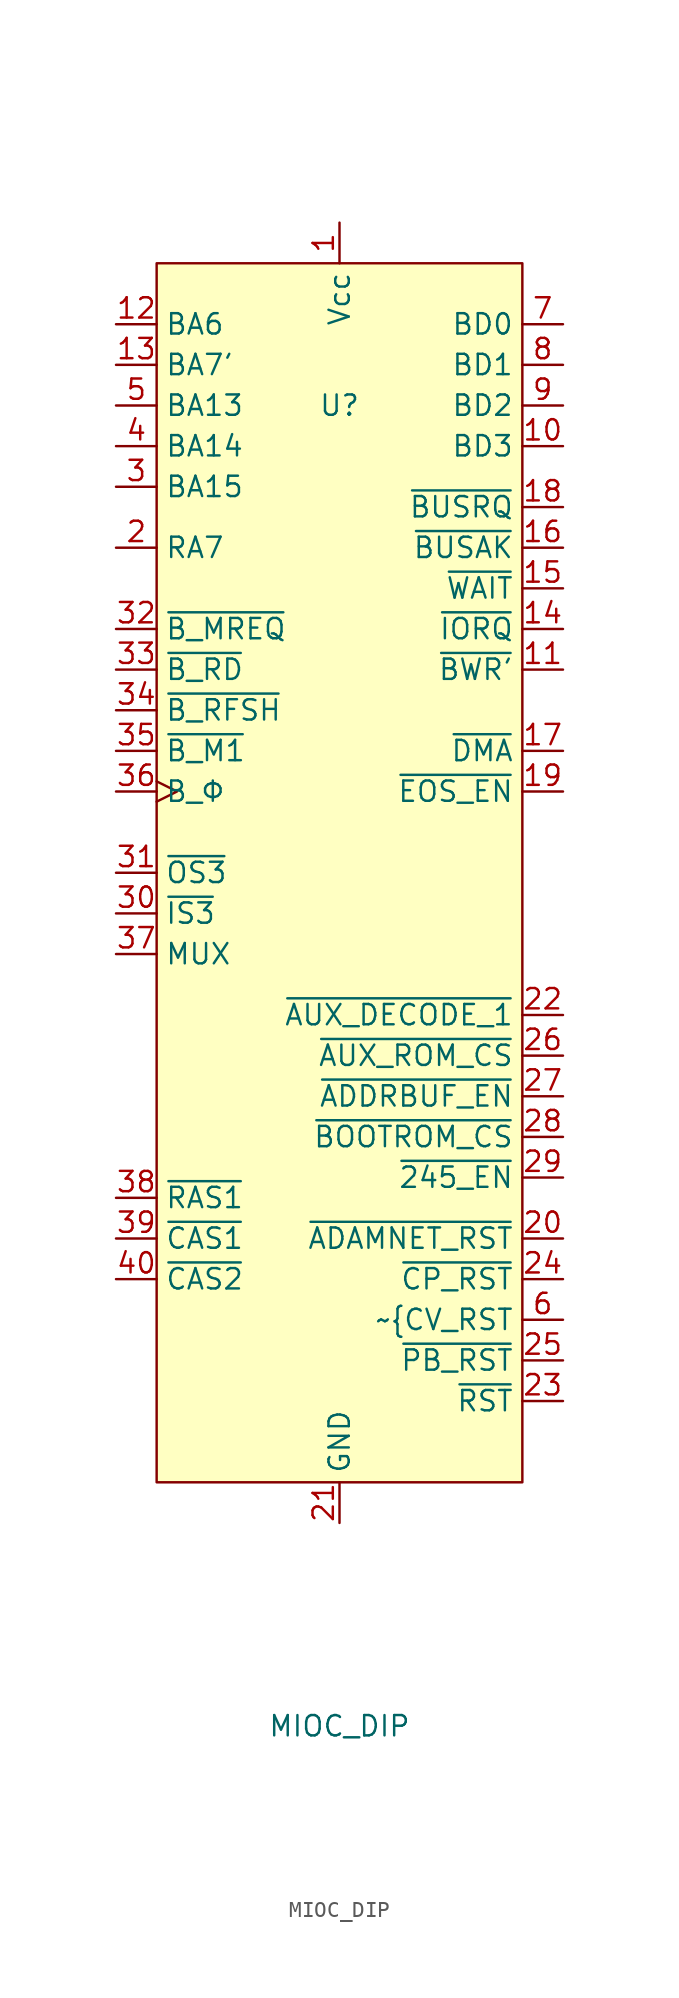
<source format=kicad_sym>
(kicad_symbol_lib
  (version 20211014)
  (generator kicad_symbol_editor)
  (symbol "MIOC_DIP"
    (property "Reference" "U"
      (at 0 0 0)
      (effects (font (size 1.27 1.27))))
    (property "Value" "MIOC_DIP"
      (at 0 -82.55 0)
      (effects (font (size 1.27 1.27))))
    (symbol "MIOC_DIP_0_1"
      (rectangle (start -11.43 8.89) (end 11.43 -67.31) (stroke (width 0) (type default) (color 0 0 0 0)) (fill (type background))))
    (symbol "MIOC_DIP_1_1"
      (pin power_out line (at 0 11.43 270) (length 2.54) (name "Vcc" (effects (font (size 1.27 1.27)))) (number "1" (effects (font (size 1.27 1.27)))))
      (pin bidirectional line (at 13.97 -2.54 180) (length 2.54) (name "BD3" (effects (font (size 1.27 1.27)))) (number "10" (effects (font (size 1.27 1.27)))))
      (pin output line (at 13.97 -16.51 180) (length 2.54) (name "~{BWR'}" (effects (font (size 1.27 1.27)))) (number "11" (effects (font (size 1.27 1.27)))))
      (pin input line (at -13.97 5.08 0) (length 2.54) (name "BA6" (effects (font (size 1.27 1.27)))) (number "12" (effects (font (size 1.27 1.27)))))
      (pin input line (at -13.97 2.54 0) (length 2.54) (name "BA7'" (effects (font (size 1.27 1.27)))) (number "13" (effects (font (size 1.27 1.27)))))
      (pin output line (at 13.97 -13.97 180) (length 2.54) (name "~{IORQ}" (effects (font (size 1.27 1.27)))) (number "14" (effects (font (size 1.27 1.27)))))
      (pin output line (at 13.97 -11.43 180) (length 2.54) (name "~{WAIT}" (effects (font (size 1.27 1.27)))) (number "15" (effects (font (size 1.27 1.27)))))
      (pin output line (at 13.97 -8.89 180) (length 2.54) (name "~{BUSAK}" (effects (font (size 1.27 1.27)))) (number "16" (effects (font (size 1.27 1.27)))))
      (pin output line (at 13.97 -21.59 180) (length 2.54) (name "~{DMA}" (effects (font (size 1.27 1.27)))) (number "17" (effects (font (size 1.27 1.27)))))
      (pin input line (at 13.97 -6.35 180) (length 2.54) (name "~{BUSRQ}" (effects (font (size 1.27 1.27)))) (number "18" (effects (font (size 1.27 1.27)))))
      (pin input line (at 13.97 -24.13 180) (length 2.54) (name "~{EOS_EN}" (effects (font (size 1.27 1.27)))) (number "19" (effects (font (size 1.27 1.27)))))
      (pin input line (at -13.97 -8.89 0) (length 2.54) (name "RA7" (effects (font (size 1.27 1.27)))) (number "2" (effects (font (size 1.27 1.27)))))
      (pin input line (at 13.97 -52.07 180) (length 2.54) (name "~{ADAMNET_RST}" (effects (font (size 1.27 1.27)))) (number "20" (effects (font (size 1.27 1.27)))))
      (pin power_out line (at 0 -69.85 90) (length 2.54) (name "GND" (effects (font (size 1.27 1.27)))) (number "21" (effects (font (size 1.27 1.27)))))
      (pin input line (at 13.97 -38.1 180) (length 2.54) (name "~{AUX_DECODE_1}" (effects (font (size 1.27 1.27)))) (number "22" (effects (font (size 1.27 1.27)))))
      (pin input line (at 13.97 -62.23 180) (length 2.54) (name "~{RST}" (effects (font (size 1.27 1.27)))) (number "23" (effects (font (size 1.27 1.27)))))
      (pin unspecified line (at 13.97 -54.61 180) (length 2.54) (name "~{CP_RST}" (effects (font (size 1.27 1.27)))) (number "24" (effects (font (size 1.27 1.27)))))
      (pin output line (at 13.97 -59.69 180) (length 2.54) (name "~{PB_RST}" (effects (font (size 1.27 1.27)))) (number "25" (effects (font (size 1.27 1.27)))))
      (pin input line (at 13.97 -40.64 180) (length 2.54) (name "~{AUX_ROM_CS}" (effects (font (size 1.27 1.27)))) (number "26" (effects (font (size 1.27 1.27)))))
      (pin input line (at 13.97 -43.18 180) (length 2.54) (name "~{ADDRBUF_EN}" (effects (font (size 1.27 1.27)))) (number "27" (effects (font (size 1.27 1.27)))))
      (pin input line (at 13.97 -45.72 180) (length 2.54) (name "~{BOOTROM_CS}" (effects (font (size 1.27 1.27)))) (number "28" (effects (font (size 1.27 1.27)))))
      (pin input line (at 13.97 -48.26 180) (length 2.54) (name "~{245_EN}" (effects (font (size 1.27 1.27)))) (number "29" (effects (font (size 1.27 1.27)))))
      (pin input line (at -13.97 -5.08 0) (length 2.54) (name "BA15" (effects (font (size 1.27 1.27)))) (number "3" (effects (font (size 1.27 1.27)))))
      (pin input line (at -13.97 -31.75 0) (length 2.54) (name "~{IS3}" (effects (font (size 1.27 1.27)))) (number "30" (effects (font (size 1.27 1.27)))))
      (pin output line (at -13.97 -29.21 0) (length 2.54) (name "~{OS3}" (effects (font (size 1.27 1.27)))) (number "31" (effects (font (size 1.27 1.27)))))
      (pin output line (at -13.97 -13.97 0) (length 2.54) (name "~{B_MREQ}" (effects (font (size 1.27 1.27)))) (number "32" (effects (font (size 1.27 1.27)))))
      (pin output line (at -13.97 -16.51 0) (length 2.54) (name "~{B_RD}" (effects (font (size 1.27 1.27)))) (number "33" (effects (font (size 1.27 1.27)))))
      (pin output line (at -13.97 -19.05 0) (length 2.54) (name "~{B_RFSH}" (effects (font (size 1.27 1.27)))) (number "34" (effects (font (size 1.27 1.27)))))
      (pin output line (at -13.97 -21.59 0) (length 2.54) (name "~{B_M1}" (effects (font (size 1.27 1.27)))) (number "35" (effects (font (size 1.27 1.27)))))
      (pin output clock (at -13.97 -24.13 0) (length 2.54) (name "B_Φ" (effects (font (size 1.27 1.27)))) (number "36" (effects (font (size 1.27 1.27)))))
      (pin input line (at -13.97 -34.29 0) (length 2.54) (name "MUX" (effects (font (size 1.27 1.27)))) (number "37" (effects (font (size 1.27 1.27)))))
      (pin input line (at -13.97 -49.53 0) (length 2.54) (name "~{RAS1}" (effects (font (size 1.27 1.27)))) (number "38" (effects (font (size 1.27 1.27)))))
      (pin input line (at -13.97 -52.07 0) (length 2.54) (name "~{CAS1}" (effects (font (size 1.27 1.27)))) (number "39" (effects (font (size 1.27 1.27)))))
      (pin input line (at -13.97 -2.54 0) (length 2.54) (name "BA14" (effects (font (size 1.27 1.27)))) (number "4" (effects (font (size 1.27 1.27)))))
      (pin input line (at -13.97 -54.61 0) (length 2.54) (name "~{CAS2}" (effects (font (size 1.27 1.27)))) (number "40" (effects (font (size 1.27 1.27)))))
      (pin input line (at -13.97 0 0) (length 2.54) (name "BA13" (effects (font (size 1.27 1.27)))) (number "5" (effects (font (size 1.27 1.27)))))
      (pin output line (at 13.97 -57.15 180) (length 2.54) (name "~{CV_RST" (effects (font (size 1.27 1.27)))) (number "6" (effects (font (size 1.27 1.27)))))
      (pin bidirectional line (at 13.97 5.08 180) (length 2.54) (name "BD0" (effects (font (size 1.27 1.27)))) (number "7" (effects (font (size 1.27 1.27)))))
      (pin bidirectional line (at 13.97 2.54 180) (length 2.54) (name "BD1" (effects (font (size 1.27 1.27)))) (number "8" (effects (font (size 1.27 1.27)))))
      (pin bidirectional line (at 13.97 0 180) (length 2.54) (name "BD2" (effects (font (size 1.27 1.27)))) (number "9" (effects (font (size 1.27 1.27))))))))
</source>
